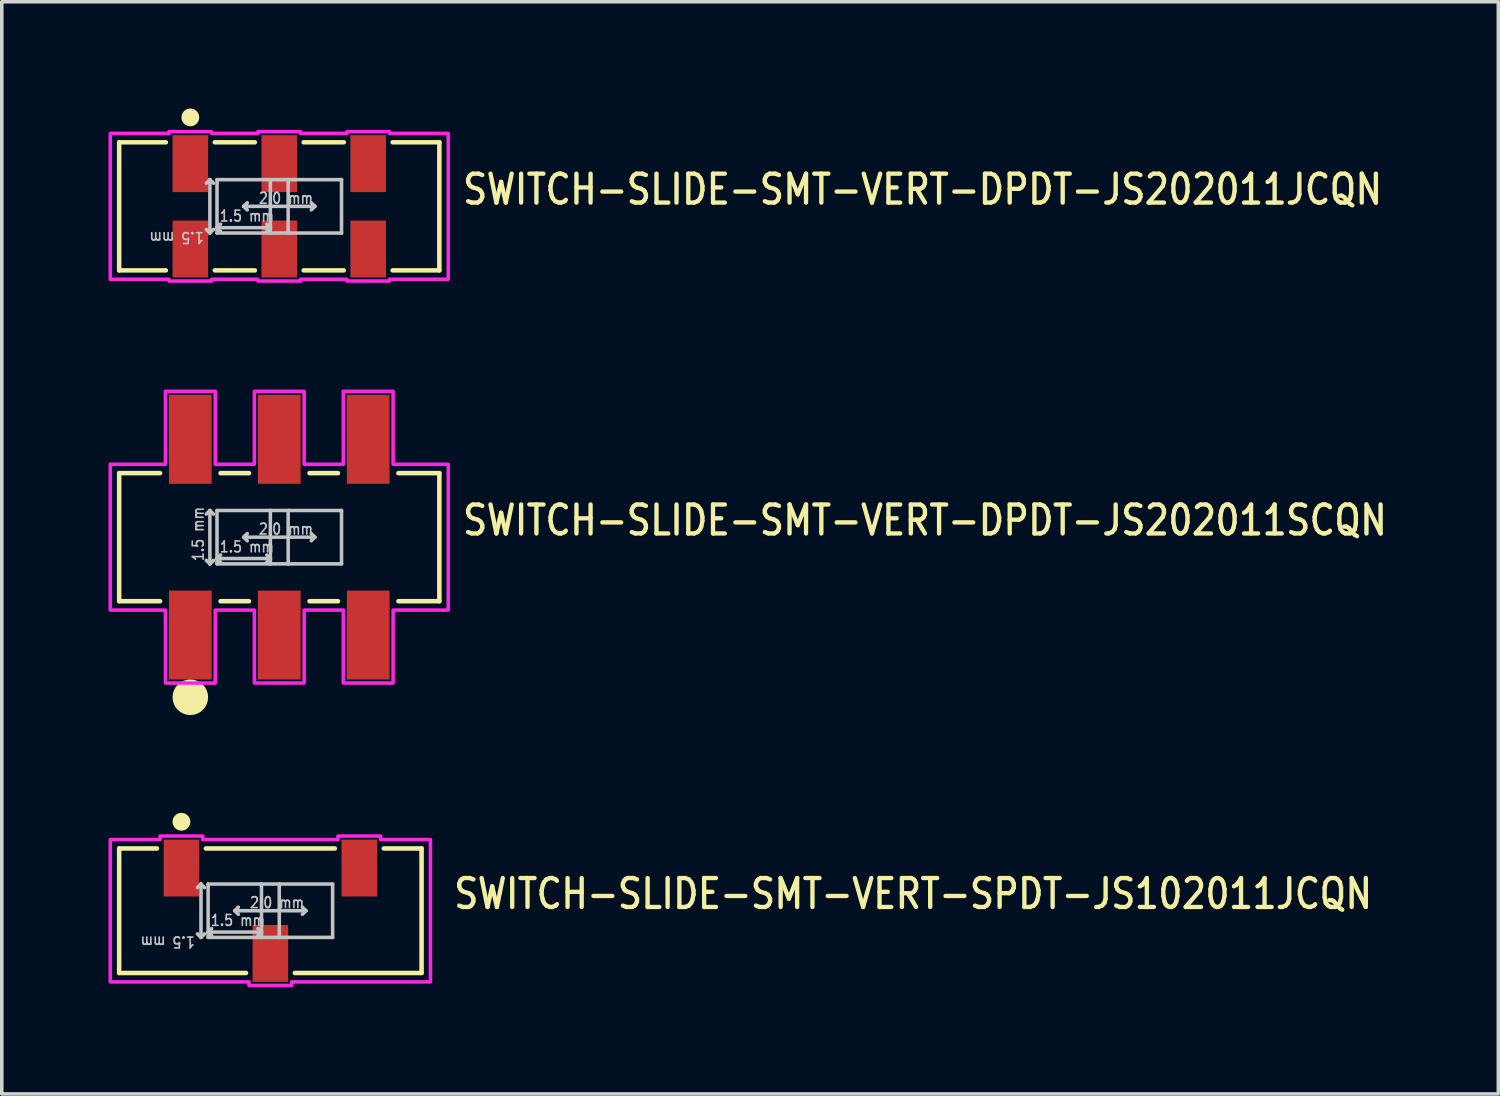
<source format=kicad_pcb>
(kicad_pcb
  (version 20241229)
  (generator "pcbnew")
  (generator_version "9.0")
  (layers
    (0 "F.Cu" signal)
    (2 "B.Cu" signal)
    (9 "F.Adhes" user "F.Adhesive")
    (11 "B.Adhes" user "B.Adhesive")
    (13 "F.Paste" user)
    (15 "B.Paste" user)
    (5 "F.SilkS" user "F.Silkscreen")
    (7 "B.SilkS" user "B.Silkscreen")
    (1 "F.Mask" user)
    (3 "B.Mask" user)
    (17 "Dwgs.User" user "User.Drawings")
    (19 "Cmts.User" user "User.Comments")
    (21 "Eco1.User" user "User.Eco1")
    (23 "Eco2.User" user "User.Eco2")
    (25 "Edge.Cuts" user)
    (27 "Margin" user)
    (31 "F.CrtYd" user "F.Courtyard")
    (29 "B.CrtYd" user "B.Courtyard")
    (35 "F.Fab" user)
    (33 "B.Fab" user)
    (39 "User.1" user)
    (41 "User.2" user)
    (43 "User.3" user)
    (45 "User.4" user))
  (footprint "SWITCH-SLIDE-SMT-VERT-DPDT-JS202011JCQN"
    (layer "F.Cu")
    (at 4.8 2.75)
    (property "Reference" "SWITCH-SLIDE-SMT-VERT-DPDT-JS202011JCQN" (at 5.096 0 0) (unlocked yes) (layer "F.SilkS") (effects (font (size 0.813 0.695) (thickness 0.122)) (justify left bottom)))
    (fp_line (start -4.5 -1.8) (end -4.5 1.8) (stroke (width 0.127) (type solid)) (layer "F.SilkS"))
    (fp_line (start -4.5 1.8) (end -3.187 1.8) (stroke (width 0.127) (type solid)) (layer "F.SilkS"))
    (fp_line (start -3.187 -1.8) (end -4.5 -1.8) (stroke (width 0.127) (type solid)) (layer "F.SilkS"))
    (fp_line (start -1.813 1.8) (end -0.686 1.8) (stroke (width 0.127) (type solid)) (layer "F.SilkS"))
    (fp_line (start -0.686 -1.8) (end -1.813 -1.8) (stroke (width 0.127) (type solid)) (layer "F.SilkS"))
    (fp_line (start 1.813 -1.8) (end 0.686 -1.8) (stroke (width 0.127) (type solid)) (layer "F.SilkS"))
    (fp_line (start 1.813 1.8) (end 0.686 1.8) (stroke (width 0.127) (type solid)) (layer "F.SilkS"))
    (fp_line (start 3.187 -1.8) (end 4.5 -1.8) (stroke (width 0.127) (type solid)) (layer "F.SilkS"))
    (fp_line (start 4.5 -1.8) (end 4.5 1.8) (stroke (width 0.127) (type solid)) (layer "F.SilkS"))
    (fp_line (start 4.5 1.8) (end 3.187 1.8) (stroke (width 0.127) (type solid)) (layer "F.SilkS"))
    (fp_circle (center -2.5 -2.5) (end -2.25 -2.5) (stroke (width 0) (type solid)) (fill yes) (layer "F.SilkS"))
    (fp_line (start -1.95 -0.75) (end -2.05 -0.65) (stroke (width 0.1) (type solid)) (layer "Dwgs.User"))
    (fp_line (start -1.95 -0.75) (end -1.95 0.75) (stroke (width 0.1) (type solid)) (layer "Dwgs.User"))
    (fp_line (start -1.95 0.75) (end -2.05 0.65) (stroke (width 0.1) (type solid)) (layer "Dwgs.User"))
    (fp_line (start -1.95 0.75) (end -1.85 0.65) (stroke (width 0.1) (type solid)) (layer "Dwgs.User"))
    (fp_line (start -1.85 -0.65) (end -1.95 -0.75) (stroke (width 0.1) (type solid)) (layer "Dwgs.User"))
    (fp_line (start -1.75 -0.75) (end -0.25 -0.75) (stroke (width 0.1) (type solid)) (layer "Dwgs.User"))
    (fp_line (start -1.75 0.6) (end -1.75 -0.75) (stroke (width 0.1) (type solid)) (layer "Dwgs.User"))
    (fp_line (start -1.75 0.6) (end -1.65 0.5) (stroke (width 0.1) (type solid)) (layer "Dwgs.User"))
    (fp_line (start -1.75 0.6) (end -1.65 0.7) (stroke (width 0.1) (type solid)) (layer "Dwgs.User"))
    (fp_line (start -1.75 0.6) (end -0.25 0.6) (stroke (width 0.1) (type solid)) (layer "Dwgs.User"))
    (fp_line (start -1.75 0.75) (end -1.75 0.6) (stroke (width 0.1) (type solid)) (layer "Dwgs.User"))
    (fp_line (start -1 0) (end -0.9 -0.1) (stroke (width 0.1) (type solid)) (layer "Dwgs.User"))
    (fp_line (start -1 0) (end -0.9 0.1) (stroke (width 0.1) (type solid)) (layer "Dwgs.User"))
    (fp_line (start -0.25 -0.75) (end -0.25 0.6) (stroke (width 0.1) (type solid)) (layer "Dwgs.User"))
    (fp_line (start -0.25 -0.75) (end 0.25 -0.75) (stroke (width 0.1) (type solid)) (layer "Dwgs.User"))
    (fp_line (start -0.25 0.6) (end -0.35 0.5) (stroke (width 0.1) (type solid)) (layer "Dwgs.User"))
    (fp_line (start -0.25 0.6) (end -0.35 0.7) (stroke (width 0.1) (type solid)) (layer "Dwgs.User"))
    (fp_line (start -0.25 0.6) (end -0.25 0.75) (stroke (width 0.1) (type solid)) (layer "Dwgs.User"))
    (fp_line (start -0.25 0.75) (end -1.75 0.75) (stroke (width 0.1) (type solid)) (layer "Dwgs.User"))
    (fp_line (start 0.25 -0.75) (end 0.25 0.75) (stroke (width 0.1) (type solid)) (layer "Dwgs.User"))
    (fp_line (start 0.25 -0.75) (end 1.75 -0.75) (stroke (width 0.1) (type solid)) (layer "Dwgs.User"))
    (fp_line (start 0.25 0.75) (end -0.25 0.75) (stroke (width 0.1) (type solid)) (layer "Dwgs.User"))
    (fp_line (start 1 0) (end -1 0) (stroke (width 0.1) (type solid)) (layer "Dwgs.User"))
    (fp_line (start 1 0) (end 0.9 -0.1) (stroke (width 0.1) (type solid)) (layer "Dwgs.User"))
    (fp_line (start 1 0) (end 0.9 0.1) (stroke (width 0.1) (type solid)) (layer "Dwgs.User"))
    (fp_line (start 1.75 -0.75) (end 1.75 0.75) (stroke (width 0.1) (type solid)) (layer "Dwgs.User"))
    (fp_line (start 1.75 0.75) (end 0.25 0.75) (stroke (width 0.1) (type solid)) (layer "Dwgs.User"))
    (fp_poly (pts (xy -4.75 -2.05) (xy -3.1 -2.05) (xy -3.1 -2.1) (xy -1.9 -2.1) (xy -1.9 -2.05) (xy -0.6 -2.05) (xy -0.6 -2.1) (xy 0.6 -2.1) (xy 0.6 -2.05) (xy 1.9 -2.05) (xy 1.9 -2.1) (xy 3.1 -2.1) (xy 3.1 -2.05) (xy 4.75 -2.05) (xy 4.75 2.05) (xy 3.1 2.05) (xy 3.1 2.1) (xy 1.9 2.1) (xy 1.9 2.05) (xy 0.6 2.05) (xy 0.6 2.1) (xy -0.6 2.1) (xy -0.6 2.05) (xy -1.9 2.05) (xy -1.9 2.1) (xy -3.1 2.1) (xy -3.1 2.05) (xy -4.75 2.05)) (stroke (width 0.1) (type solid)) (fill no) (layer "F.CrtYd"))
    (fp_text user "1.5 mm" (at -1.7 0.45 0) (unlocked yes) (layer "Dwgs.User") (effects (font (size 0.305 0.261) (thickness 0.046)) (justify left bottom)))
    (fp_text user "1.5 mm" (at -2.1 0.7 180) (unlocked yes) (layer "Dwgs.User") (effects (font (size 0.305 0.261) (thickness 0.046)) (justify left bottom)))
    (fp_text user "2.0 mm" (at -0.6 -0.05 0) (unlocked yes) (layer "Dwgs.User") (effects (font (size 0.305 0.261) (thickness 0.046)) (justify left bottom)))
    (pad "1" smd rect (at -2.5 -1.2) (size 1 1.6) (layers "F.Cu" "F.Mask" "F.Paste"))
    (pad "2" smd rect (at 0 -1.2) (size 1 1.6) (layers "F.Cu" "F.Mask" "F.Paste"))
    (pad "3" smd rect (at 2.5 -1.2) (size 1 1.6) (layers "F.Cu" "F.Mask" "F.Paste"))
    (pad "5" smd rect (at -2.5 1.2) (size 1 1.6) (layers "F.Cu" "F.Mask" "F.Paste"))
    (pad "6" smd rect (at 0 1.2) (size 1 1.6) (layers "F.Cu" "F.Mask" "F.Paste"))
    (pad "7" smd rect (at 2.5 1.2) (size 1 1.6) (layers "F.Cu" "F.Mask" "F.Paste")))
  (footprint "SWITCH-SLIDE-SMT-VERT-DPDT-JS202011SCQN"
    (layer "F.Cu")
    (at 4.8 12.05)
    (property "Reference" "SWITCH-SLIDE-SMT-VERT-DPDT-JS202011SCQN" (at 5.096 0 0) (unlocked yes) (layer "F.SilkS") (effects (font (size 0.813 0.695) (thickness 0.122)) (justify left bottom)))
    (fp_line (start -4.5 -1.8) (end -4.5 1.8) (stroke (width 0.127) (type solid)) (layer "F.SilkS"))
    (fp_line (start -4.5 1.8) (end -3.35 1.8) (stroke (width 0.127) (type solid)) (layer "F.SilkS"))
    (fp_line (start -3.35 -1.8) (end -4.5 -1.8) (stroke (width 0.127) (type solid)) (layer "F.SilkS"))
    (fp_line (start -1.65 1.8) (end -0.85 1.8) (stroke (width 0.127) (type solid)) (layer "F.SilkS"))
    (fp_line (start -0.85 -1.8) (end -1.65 -1.8) (stroke (width 0.127) (type solid)) (layer "F.SilkS"))
    (fp_line (start 1.65 -1.8) (end 0.85 -1.8) (stroke (width 0.127) (type solid)) (layer "F.SilkS"))
    (fp_line (start 1.65 1.8) (end 0.85 1.8) (stroke (width 0.127) (type solid)) (layer "F.SilkS"))
    (fp_line (start 3.35 -1.8) (end 4.5 -1.8) (stroke (width 0.127) (type solid)) (layer "F.SilkS"))
    (fp_line (start 4.5 -1.8) (end 4.5 1.8) (stroke (width 0.127) (type solid)) (layer "F.SilkS"))
    (fp_line (start 4.5 1.8) (end 3.35 1.8) (stroke (width 0.127) (type solid)) (layer "F.SilkS"))
    (fp_circle (center -2.5 4.5) (end -2.5 4.5) (stroke (width 0.5) (type solid)) (fill no) (layer "F.SilkS"))
    (fp_line (start -1.95 -0.75) (end -2.05 -0.65) (stroke (width 0.1) (type solid)) (layer "Dwgs.User"))
    (fp_line (start -1.95 -0.75) (end -1.95 0.75) (stroke (width 0.1) (type solid)) (layer "Dwgs.User"))
    (fp_line (start -1.95 0.75) (end -2.05 0.65) (stroke (width 0.1) (type solid)) (layer "Dwgs.User"))
    (fp_line (start -1.95 0.75) (end -1.85 0.65) (stroke (width 0.1) (type solid)) (layer "Dwgs.User"))
    (fp_line (start -1.85 -0.65) (end -1.95 -0.75) (stroke (width 0.1) (type solid)) (layer "Dwgs.User"))
    (fp_line (start -1.75 -0.75) (end -0.25 -0.75) (stroke (width 0.1) (type solid)) (layer "Dwgs.User"))
    (fp_line (start -1.75 0.6) (end -1.75 -0.75) (stroke (width 0.1) (type solid)) (layer "Dwgs.User"))
    (fp_line (start -1.75 0.6) (end -1.65 0.5) (stroke (width 0.1) (type solid)) (layer "Dwgs.User"))
    (fp_line (start -1.75 0.6) (end -1.65 0.7) (stroke (width 0.1) (type solid)) (layer "Dwgs.User"))
    (fp_line (start -1.75 0.6) (end -0.25 0.6) (stroke (width 0.1) (type solid)) (layer "Dwgs.User"))
    (fp_line (start -1.75 0.75) (end -1.75 0.6) (stroke (width 0.1) (type solid)) (layer "Dwgs.User"))
    (fp_line (start -1 0) (end -0.9 -0.1) (stroke (width 0.1) (type solid)) (layer "Dwgs.User"))
    (fp_line (start -1 0) (end -0.9 0.1) (stroke (width 0.1) (type solid)) (layer "Dwgs.User"))
    (fp_line (start -0.25 -0.75) (end -0.25 0.6) (stroke (width 0.1) (type solid)) (layer "Dwgs.User"))
    (fp_line (start -0.25 -0.75) (end 0.25 -0.75) (stroke (width 0.1) (type solid)) (layer "Dwgs.User"))
    (fp_line (start -0.25 0.6) (end -0.35 0.5) (stroke (width 0.1) (type solid)) (layer "Dwgs.User"))
    (fp_line (start -0.25 0.6) (end -0.35 0.7) (stroke (width 0.1) (type solid)) (layer "Dwgs.User"))
    (fp_line (start -0.25 0.6) (end -0.25 0.75) (stroke (width 0.1) (type solid)) (layer "Dwgs.User"))
    (fp_line (start -0.25 0.75) (end -1.75 0.75) (stroke (width 0.1) (type solid)) (layer "Dwgs.User"))
    (fp_line (start 0.25 -0.75) (end 0.25 0.75) (stroke (width 0.1) (type solid)) (layer "Dwgs.User"))
    (fp_line (start 0.25 -0.75) (end 1.75 -0.75) (stroke (width 0.1) (type solid)) (layer "Dwgs.User"))
    (fp_line (start 0.25 0.75) (end -0.25 0.75) (stroke (width 0.1) (type solid)) (layer "Dwgs.User"))
    (fp_line (start 1 0) (end -1 0) (stroke (width 0.1) (type solid)) (layer "Dwgs.User"))
    (fp_line (start 1 0) (end 0.9 -0.1) (stroke (width 0.1) (type solid)) (layer "Dwgs.User"))
    (fp_line (start 1 0) (end 0.9 0.1) (stroke (width 0.1) (type solid)) (layer "Dwgs.User"))
    (fp_line (start 1.75 -0.75) (end 1.75 0.75) (stroke (width 0.1) (type solid)) (layer "Dwgs.User"))
    (fp_line (start 1.75 0.75) (end 0.25 0.75) (stroke (width 0.1) (type solid)) (layer "Dwgs.User"))
    (fp_poly (pts (xy -4.75 -2.05) (xy -3.2 -2.05) (xy -3.2 -4.1) (xy -1.8 -4.1) (xy -1.8 -2.05) (xy -0.7 -2.05) (xy -0.7 -4.1) (xy 0.7 -4.1) (xy 0.7 -2.05) (xy 1.8 -2.05) (xy 1.8 -4.1) (xy 3.2 -4.1) (xy 3.2 -2.05) (xy 4.75 -2.05) (xy 4.75 2.05) (xy 3.2 2.05) (xy 3.2 4.1) (xy 1.8 4.1) (xy 1.8 2.05) (xy 0.7 2.05) (xy 0.7 4.1) (xy -0.7 4.1) (xy -0.7 2.05) (xy -1.8 2.05) (xy -1.8 4.1) (xy -3.2 4.1) (xy -3.2 2.05) (xy -4.75 2.05)) (stroke (width 0.1) (type solid)) (fill no) (layer "F.CrtYd"))
    (fp_text user "2.0 mm" (at -0.6 -0.05 0) (unlocked yes) (layer "Dwgs.User") (effects (font (size 0.305 0.261) (thickness 0.046)) (justify left bottom)))
    (fp_text user "1.5 mm" (at -1.7 0.45 0) (unlocked yes) (layer "Dwgs.User") (effects (font (size 0.305 0.261) (thickness 0.046)) (justify left bottom)))
    (fp_text user "1.5 mm" (at -2.1 0.7 90) (unlocked yes) (layer "Dwgs.User") (effects (font (size 0.305 0.261) (thickness 0.046)) (justify left bottom)))
    (pad "1" smd rect (at -2.5 2.75) (size 1.2 2.5) (layers "F.Cu" "F.Mask" "F.Paste"))
    (pad "2" smd rect (at 0 2.75) (size 1.2 2.5) (layers "F.Cu" "F.Mask" "F.Paste"))
    (pad "3" smd rect (at 2.5 2.75) (size 1.2 2.5) (layers "F.Cu" "F.Mask" "F.Paste"))
    (pad "4" smd rect (at -2.5 -2.75) (size 1.2 2.5) (layers "F.Cu" "F.Mask" "F.Paste"))
    (pad "5" smd rect (at 0 -2.75) (size 1.2 2.5) (layers "F.Cu" "F.Mask" "F.Paste"))
    (pad "6" smd rect (at 2.5 -2.75) (size 1.2 2.5) (layers "F.Cu" "F.Mask" "F.Paste")))
  (footprint "SWITCH-SLIDE-SMT-VERT-SPDT-JS102011JCQN"
    (layer "F.Cu")
    (at 4.55 22.55)
    (property "Reference" "SWITCH-SLIDE-SMT-VERT-SPDT-JS102011JCQN" (at 5.096 0 0) (unlocked yes) (layer "F.SilkS") (effects (font (size 0.813 0.695) (thickness 0.122)) (justify left bottom)))
    (fp_line (start -4.25 -1.75) (end -3.187 -1.75) (stroke (width 0.127) (type solid)) (layer "F.SilkS"))
    (fp_line (start -4.25 1.75) (end -4.25 -1.75) (stroke (width 0.127) (type solid)) (layer "F.SilkS"))
    (fp_line (start -0.686 1.75) (end -4.25 1.75) (stroke (width 0.127) (type solid)) (layer "F.SilkS"))
    (fp_line (start 0.686 1.75) (end 4.25 1.75) (stroke (width 0.127) (type solid)) (layer "F.SilkS"))
    (fp_line (start 1.813 -1.75) (end -1.813 -1.75) (stroke (width 0.127) (type solid)) (layer "F.SilkS"))
    (fp_line (start 4.25 -1.75) (end 3.187 -1.75) (stroke (width 0.127) (type solid)) (layer "F.SilkS"))
    (fp_line (start 4.25 1.75) (end 4.25 -1.75) (stroke (width 0.127) (type solid)) (layer "F.SilkS"))
    (fp_circle (center -2.5 -2.5) (end -2.25 -2.5) (stroke (width 0) (type solid)) (fill yes) (layer "F.SilkS"))
    (fp_line (start -1.95 -0.75) (end -2.05 -0.65) (stroke (width 0.1) (type solid)) (layer "Dwgs.User"))
    (fp_line (start -1.95 -0.75) (end -1.95 0.75) (stroke (width 0.1) (type solid)) (layer "Dwgs.User"))
    (fp_line (start -1.95 0.75) (end -2.05 0.65) (stroke (width 0.1) (type solid)) (layer "Dwgs.User"))
    (fp_line (start -1.95 0.75) (end -1.85 0.65) (stroke (width 0.1) (type solid)) (layer "Dwgs.User"))
    (fp_line (start -1.85 -0.65) (end -1.95 -0.75) (stroke (width 0.1) (type solid)) (layer "Dwgs.User"))
    (fp_line (start -1.75 -0.75) (end -0.25 -0.75) (stroke (width 0.1) (type solid)) (layer "Dwgs.User"))
    (fp_line (start -1.75 0.6) (end -1.75 -0.75) (stroke (width 0.1) (type solid)) (layer "Dwgs.User"))
    (fp_line (start -1.75 0.6) (end -1.65 0.5) (stroke (width 0.1) (type solid)) (layer "Dwgs.User"))
    (fp_line (start -1.75 0.6) (end -1.65 0.7) (stroke (width 0.1) (type solid)) (layer "Dwgs.User"))
    (fp_line (start -1.75 0.6) (end -0.25 0.6) (stroke (width 0.1) (type solid)) (layer "Dwgs.User"))
    (fp_line (start -1.75 0.75) (end -1.75 0.6) (stroke (width 0.1) (type solid)) (layer "Dwgs.User"))
    (fp_line (start -1 0) (end -0.9 -0.1) (stroke (width 0.1) (type solid)) (layer "Dwgs.User"))
    (fp_line (start -1 0) (end -0.9 0.1) (stroke (width 0.1) (type solid)) (layer "Dwgs.User"))
    (fp_line (start -0.25 -0.75) (end -0.25 0.6) (stroke (width 0.1) (type solid)) (layer "Dwgs.User"))
    (fp_line (start -0.25 -0.75) (end 0.25 -0.75) (stroke (width 0.1) (type solid)) (layer "Dwgs.User"))
    (fp_line (start -0.25 0.6) (end -0.35 0.5) (stroke (width 0.1) (type solid)) (layer "Dwgs.User"))
    (fp_line (start -0.25 0.6) (end -0.35 0.7) (stroke (width 0.1) (type solid)) (layer "Dwgs.User"))
    (fp_line (start -0.25 0.6) (end -0.25 0.75) (stroke (width 0.1) (type solid)) (layer "Dwgs.User"))
    (fp_line (start -0.25 0.75) (end -1.75 0.75) (stroke (width 0.1) (type solid)) (layer "Dwgs.User"))
    (fp_line (start 0.25 -0.75) (end 0.25 0.75) (stroke (width 0.1) (type solid)) (layer "Dwgs.User"))
    (fp_line (start 0.25 -0.75) (end 1.75 -0.75) (stroke (width 0.1) (type solid)) (layer "Dwgs.User"))
    (fp_line (start 0.25 0.75) (end -0.25 0.75) (stroke (width 0.1) (type solid)) (layer "Dwgs.User"))
    (fp_line (start 1 0) (end -1 0) (stroke (width 0.1) (type solid)) (layer "Dwgs.User"))
    (fp_line (start 1 0) (end 0.9 -0.1) (stroke (width 0.1) (type solid)) (layer "Dwgs.User"))
    (fp_line (start 1 0) (end 0.9 0.1) (stroke (width 0.1) (type solid)) (layer "Dwgs.User"))
    (fp_line (start 1.75 -0.75) (end 1.75 0.75) (stroke (width 0.1) (type solid)) (layer "Dwgs.User"))
    (fp_line (start 1.75 0.75) (end 0.25 0.75) (stroke (width 0.1) (type solid)) (layer "Dwgs.User"))
    (fp_poly (pts (xy 4.5 2) (xy 0.6 2) (xy 0.6 2.1) (xy -0.6 2.1) (xy -0.6 2) (xy -4.5 2) (xy -4.5 -2) (xy -3.1 -2) (xy -3.1 -2.1) (xy -1.9 -2.1) (xy -1.9 -2) (xy 1.9 -2) (xy 1.9 -2.1) (xy 3.1 -2.1) (xy 3.1 -2) (xy 4.5 -2)) (stroke (width 0.1) (type solid)) (fill no) (layer "F.CrtYd"))
    (fp_text user "1.5 mm" (at -2.1 0.7 180) (unlocked yes) (layer "Dwgs.User") (effects (font (size 0.305 0.261) (thickness 0.046)) (justify left bottom)))
    (fp_text user "1.5 mm" (at -1.7 0.45 0) (unlocked yes) (layer "Dwgs.User") (effects (font (size 0.305 0.261) (thickness 0.046)) (justify left bottom)))
    (fp_text user "2.0 mm" (at -0.6 -0.05 0) (unlocked yes) (layer "Dwgs.User") (effects (font (size 0.305 0.261) (thickness 0.046)) (justify left bottom)))
    (pad "1" smd rect (at -2.5 -1.2) (size 1 1.6) (layers "F.Cu" "F.Mask" "F.Paste"))
    (pad "2" smd rect (at 0 1.2) (size 1 1.6) (layers "F.Cu" "F.Mask" "F.Paste"))
    (pad "3" smd rect (at 2.5 -1.2) (size 1 1.6) (layers "F.Cu" "F.Mask" "F.Paste")))
  (gr_rect
    (start -3 -3)
    (end 39.067 27.7)
    (stroke (width 0.1) (type default))
    (fill no)
    (layer "Edge.Cuts")))
</source>
